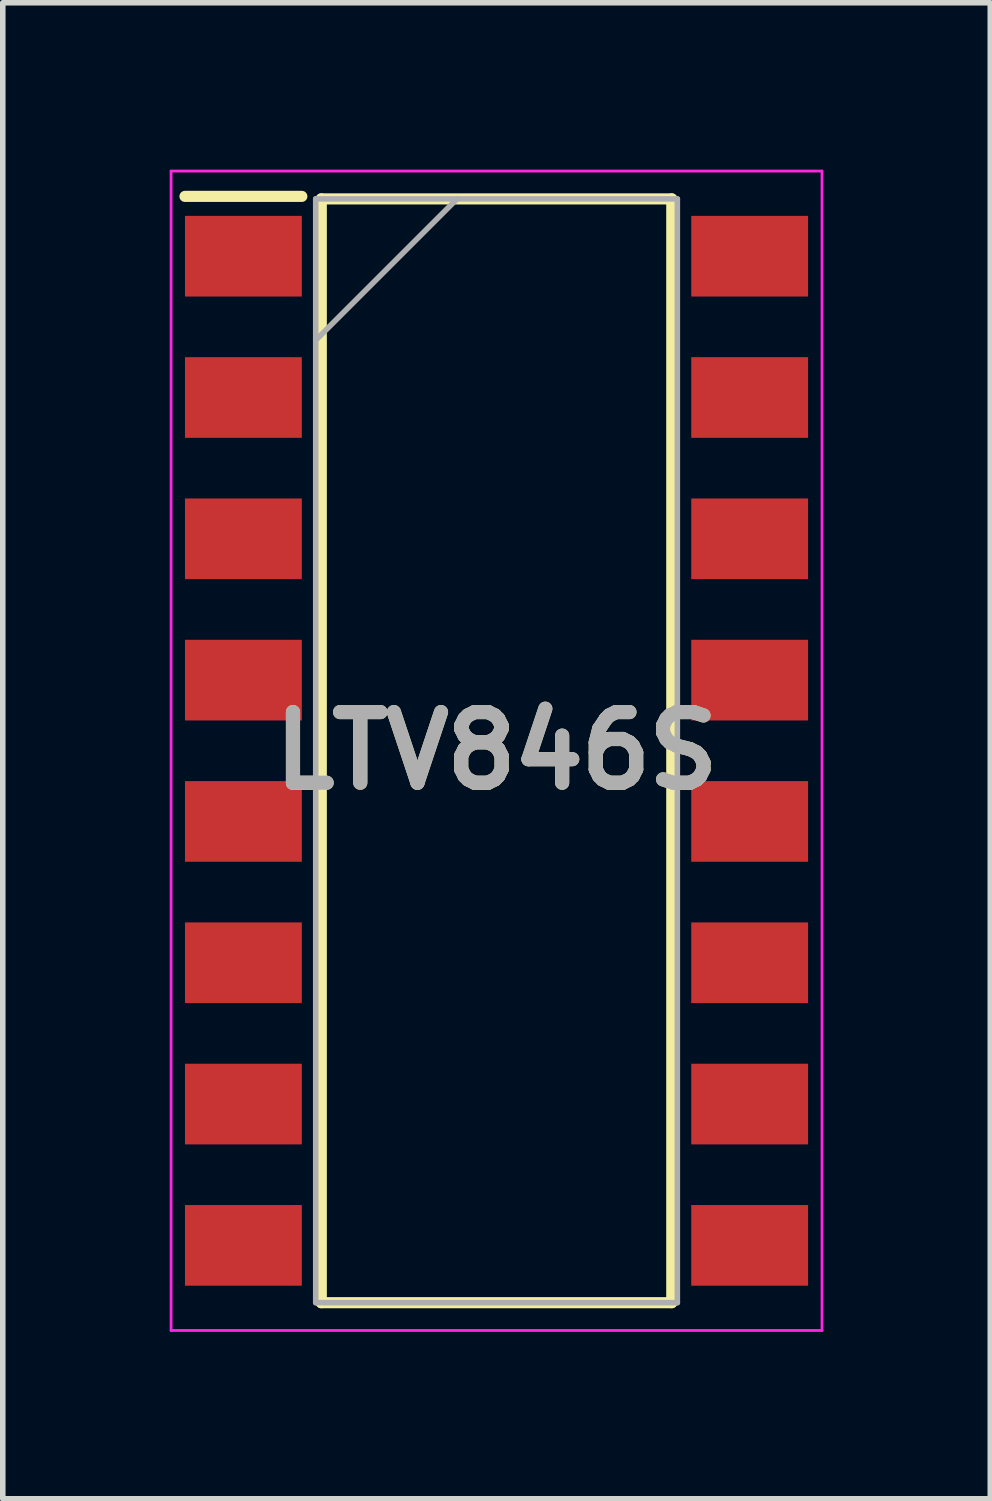
<source format=kicad_pcb>
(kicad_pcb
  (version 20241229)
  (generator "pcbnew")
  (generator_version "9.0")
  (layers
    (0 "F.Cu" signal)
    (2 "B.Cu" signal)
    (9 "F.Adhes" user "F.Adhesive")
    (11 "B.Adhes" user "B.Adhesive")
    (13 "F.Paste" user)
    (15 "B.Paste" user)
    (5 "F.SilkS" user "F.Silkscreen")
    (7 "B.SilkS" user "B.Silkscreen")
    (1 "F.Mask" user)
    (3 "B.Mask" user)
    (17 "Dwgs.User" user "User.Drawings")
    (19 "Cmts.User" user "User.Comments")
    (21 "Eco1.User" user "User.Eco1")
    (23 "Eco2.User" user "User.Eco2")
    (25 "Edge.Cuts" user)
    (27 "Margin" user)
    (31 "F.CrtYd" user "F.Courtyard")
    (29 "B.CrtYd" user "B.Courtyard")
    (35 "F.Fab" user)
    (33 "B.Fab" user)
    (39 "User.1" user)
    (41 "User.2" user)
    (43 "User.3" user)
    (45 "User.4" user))
  (footprint "LTV846S"
    (layer "F.Cu")
    (at 5.875 10.445)
    (property "Reference" "LTV846S" (at 0 0 0) (layer "F.SilkS") (effects (font (size 1.27 1.27) (thickness 0.254))))
    (attr smd)
    (fp_line (start -5.6 -9.965) (end -3.5 -9.965) (stroke (width 0.2) (type solid)) (layer "F.SilkS"))
    (fp_line (start -3.15 -9.92) (end 3.15 -9.92) (stroke (width 0.2) (type solid)) (layer "F.SilkS"))
    (fp_line (start -3.15 9.92) (end -3.15 -9.92) (stroke (width 0.2) (type solid)) (layer "F.SilkS"))
    (fp_line (start 3.15 -9.92) (end 3.15 9.92) (stroke (width 0.2) (type solid)) (layer "F.SilkS"))
    (fp_line (start 3.15 9.92) (end -3.15 9.92) (stroke (width 0.2) (type solid)) (layer "F.SilkS"))
    (fp_line (start -5.85 -10.42) (end 5.85 -10.42) (stroke (width 0.05) (type solid)) (layer "F.CrtYd"))
    (fp_line (start -5.85 10.42) (end -5.85 -10.42) (stroke (width 0.05) (type solid)) (layer "F.CrtYd"))
    (fp_line (start 5.85 -10.42) (end 5.85 10.42) (stroke (width 0.05) (type solid)) (layer "F.CrtYd"))
    (fp_line (start 5.85 10.42) (end -5.85 10.42) (stroke (width 0.05) (type solid)) (layer "F.CrtYd"))
    (fp_line (start -3.25 -9.92) (end 3.25 -9.92) (stroke (width 0.1) (type solid)) (layer "F.Fab"))
    (fp_line (start -3.25 -7.38) (end -0.71 -9.92) (stroke (width 0.1) (type solid)) (layer "F.Fab"))
    (fp_line (start -3.25 9.92) (end -3.25 -9.92) (stroke (width 0.1) (type solid)) (layer "F.Fab"))
    (fp_line (start 3.25 -9.92) (end 3.25 9.92) (stroke (width 0.1) (type solid)) (layer "F.Fab"))
    (fp_line (start 3.25 9.92) (end -3.25 9.92) (stroke (width 0.1) (type solid)) (layer "F.Fab"))
    (fp_text user "${REFERENCE}" (at 0 0 0) (layer "F.Fab") (effects (font (size 1.27 1.27) (thickness 0.254))))
    (pad "1" smd rect (at -4.55 -8.89 90) (size 1.45 2.1) (layers "F.Cu" "F.Mask" "F.Paste"))
    (pad "2" smd rect (at -4.55 -6.35 90) (size 1.45 2.1) (layers "F.Cu" "F.Mask" "F.Paste"))
    (pad "3" smd rect (at -4.55 -3.81 90) (size 1.45 2.1) (layers "F.Cu" "F.Mask" "F.Paste"))
    (pad "4" smd rect (at -4.55 -1.27 90) (size 1.45 2.1) (layers "F.Cu" "F.Mask" "F.Paste"))
    (pad "5" smd rect (at -4.55 1.27 90) (size 1.45 2.1) (layers "F.Cu" "F.Mask" "F.Paste"))
    (pad "6" smd rect (at -4.55 3.81 90) (size 1.45 2.1) (layers "F.Cu" "F.Mask" "F.Paste"))
    (pad "7" smd rect (at -4.55 6.35 90) (size 1.45 2.1) (layers "F.Cu" "F.Mask" "F.Paste"))
    (pad "8" smd rect (at -4.55 8.89 90) (size 1.45 2.1) (layers "F.Cu" "F.Mask" "F.Paste"))
    (pad "9" smd rect (at 4.55 8.89 90) (size 1.45 2.1) (layers "F.Cu" "F.Mask" "F.Paste"))
    (pad "10" smd rect (at 4.55 6.35 90) (size 1.45 2.1) (layers "F.Cu" "F.Mask" "F.Paste"))
    (pad "11" smd rect (at 4.55 3.81 90) (size 1.45 2.1) (layers "F.Cu" "F.Mask" "F.Paste"))
    (pad "12" smd rect (at 4.55 1.27 90) (size 1.45 2.1) (layers "F.Cu" "F.Mask" "F.Paste"))
    (pad "13" smd rect (at 4.55 -1.27 90) (size 1.45 2.1) (layers "F.Cu" "F.Mask" "F.Paste"))
    (pad "14" smd rect (at 4.55 -3.81 90) (size 1.45 2.1) (layers "F.Cu" "F.Mask" "F.Paste"))
    (pad "15" smd rect (at 4.55 -6.35 90) (size 1.45 2.1) (layers "F.Cu" "F.Mask" "F.Paste"))
    (pad "16" smd rect (at 4.55 -8.89 90) (size 1.45 2.1) (layers "F.Cu" "F.Mask" "F.Paste")))
  (gr_rect
    (start -3 -3)
    (end 14.75 23.89)
    (stroke (width 0.1) (type default))
    (fill no)
    (layer "Edge.Cuts")))
</source>
